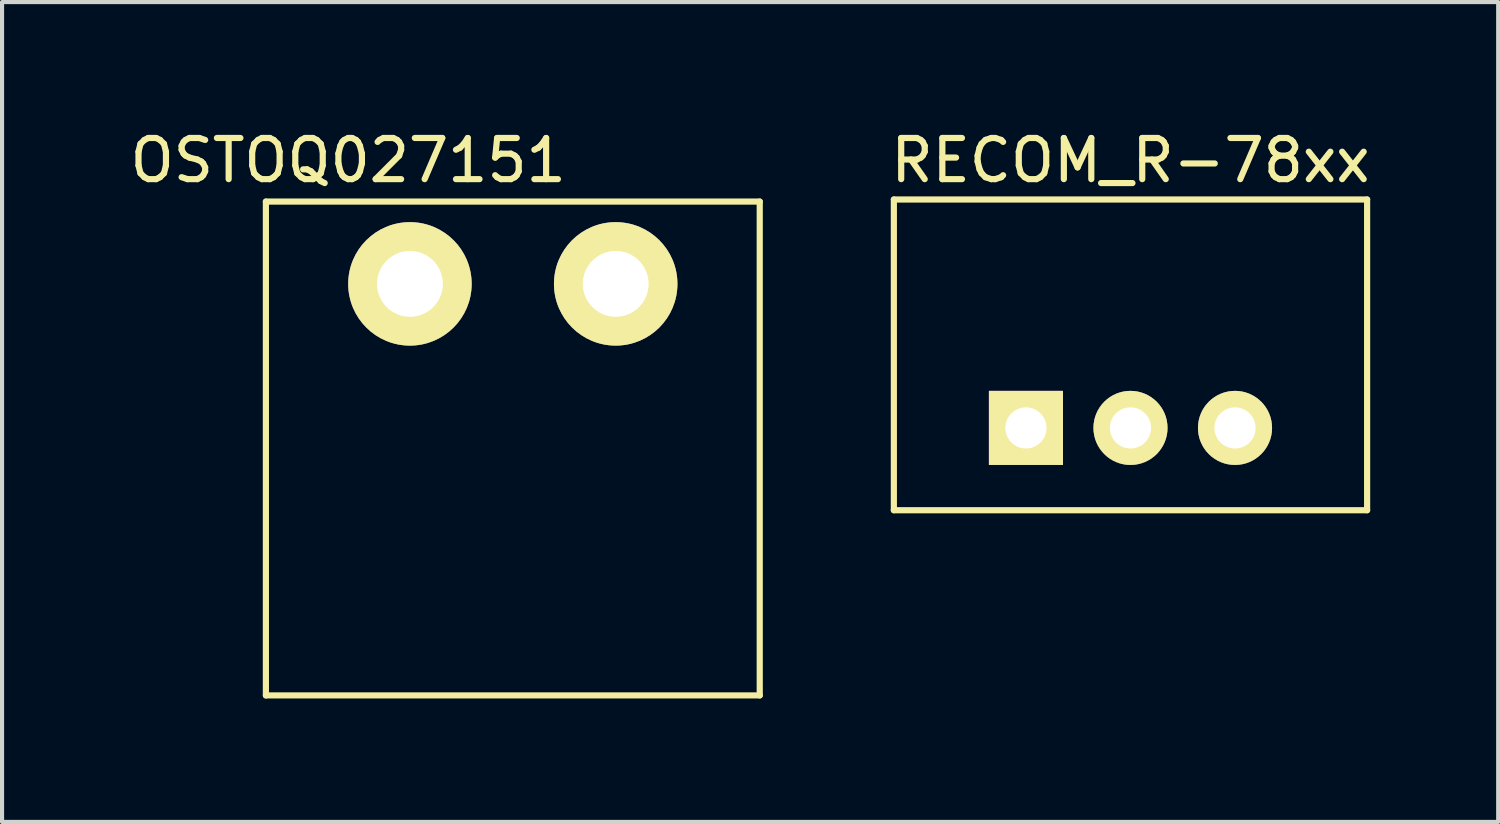
<source format=kicad_pcb>
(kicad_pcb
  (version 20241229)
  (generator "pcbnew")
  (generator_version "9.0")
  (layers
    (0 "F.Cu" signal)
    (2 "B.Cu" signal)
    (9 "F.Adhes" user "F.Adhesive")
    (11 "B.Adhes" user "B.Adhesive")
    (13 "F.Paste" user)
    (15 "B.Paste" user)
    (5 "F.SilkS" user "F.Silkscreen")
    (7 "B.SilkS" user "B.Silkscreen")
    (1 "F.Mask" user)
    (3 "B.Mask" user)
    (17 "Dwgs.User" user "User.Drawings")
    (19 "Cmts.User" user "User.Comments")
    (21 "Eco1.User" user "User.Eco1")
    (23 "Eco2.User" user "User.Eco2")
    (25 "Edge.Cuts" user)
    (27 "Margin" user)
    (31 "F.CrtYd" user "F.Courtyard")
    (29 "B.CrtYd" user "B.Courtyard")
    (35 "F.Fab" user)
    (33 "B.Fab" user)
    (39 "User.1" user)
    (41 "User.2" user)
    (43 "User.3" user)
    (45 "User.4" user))
  (footprint "RECOM_R-78xx"
    (layer "F.Cu")
    (at 24.42 7.348)
    (property "Reference" "RECOM_R-78xx" (at 0 -6.5 0) (layer "F.SilkS") (effects (font (size 1 1) (thickness 0.15))))
    (attr through_hole)
    (fp_line (start -5.75 -5.55) (end -5.75 2) (stroke (width 0.15) (type solid)) (layer "F.SilkS"))
    (fp_line (start -5.75 -5.55) (end 5.75 -5.55) (stroke (width 0.15) (type solid)) (layer "F.SilkS"))
    (fp_line (start 5.75 2) (end -5.75 2) (stroke (width 0.15) (type solid)) (layer "F.SilkS"))
    (fp_line (start 5.75 2) (end 5.75 -5.55) (stroke (width 0.15) (type solid)) (layer "F.SilkS"))
    (pad "1" thru_hole rect (at -2.54 0 90) (size 1.8 1.8) (drill 1) (layers "*.Cu" "*.Mask" "F.SilkS"))
    (pad "2" thru_hole circle (at 0 0 90) (size 1.8 1.8) (drill 1) (layers "*.Cu" "*.Mask" "F.SilkS"))
    (pad "3" thru_hole circle (at 2.54 0 90) (size 1.8 1.8) (drill 1) (layers "*.Cu" "*.Mask" "F.SilkS")))
  (footprint "OSTOQ027151"
    (layer "F.Cu")
    (at 9.411 7.848)
    (property "Reference" "OSTOQ027151" (at -4 -7 0) (layer "F.SilkS") (effects (font (size 1 1) (thickness 0.15))))
    (attr through_hole)
    (fp_line (start -6 -6) (end 6 -6) (stroke (width 0.15) (type solid)) (layer "F.SilkS"))
    (fp_line (start -6 6) (end -6 -6) (stroke (width 0.15) (type solid)) (layer "F.SilkS"))
    (fp_line (start 6 -6) (end 6 6) (stroke (width 0.15) (type solid)) (layer "F.SilkS"))
    (fp_line (start 6 6) (end -6 6) (stroke (width 0.15) (type solid)) (layer "F.SilkS"))
    (pad "1" thru_hole circle (at -2.5 -4) (size 3 3) (drill 1.6) (layers "*.Cu" "*.Mask" "F.SilkS"))
    (pad "2" thru_hole circle (at 2.5 -4) (size 3 3) (drill 1.6) (layers "*.Cu" "*.Mask" "F.SilkS")))
  (gr_rect
    (start -3 -3)
    (end 33.355 16.923)
    (stroke (width 0.1) (type default))
    (fill no)
    (layer "Edge.Cuts")))
</source>
